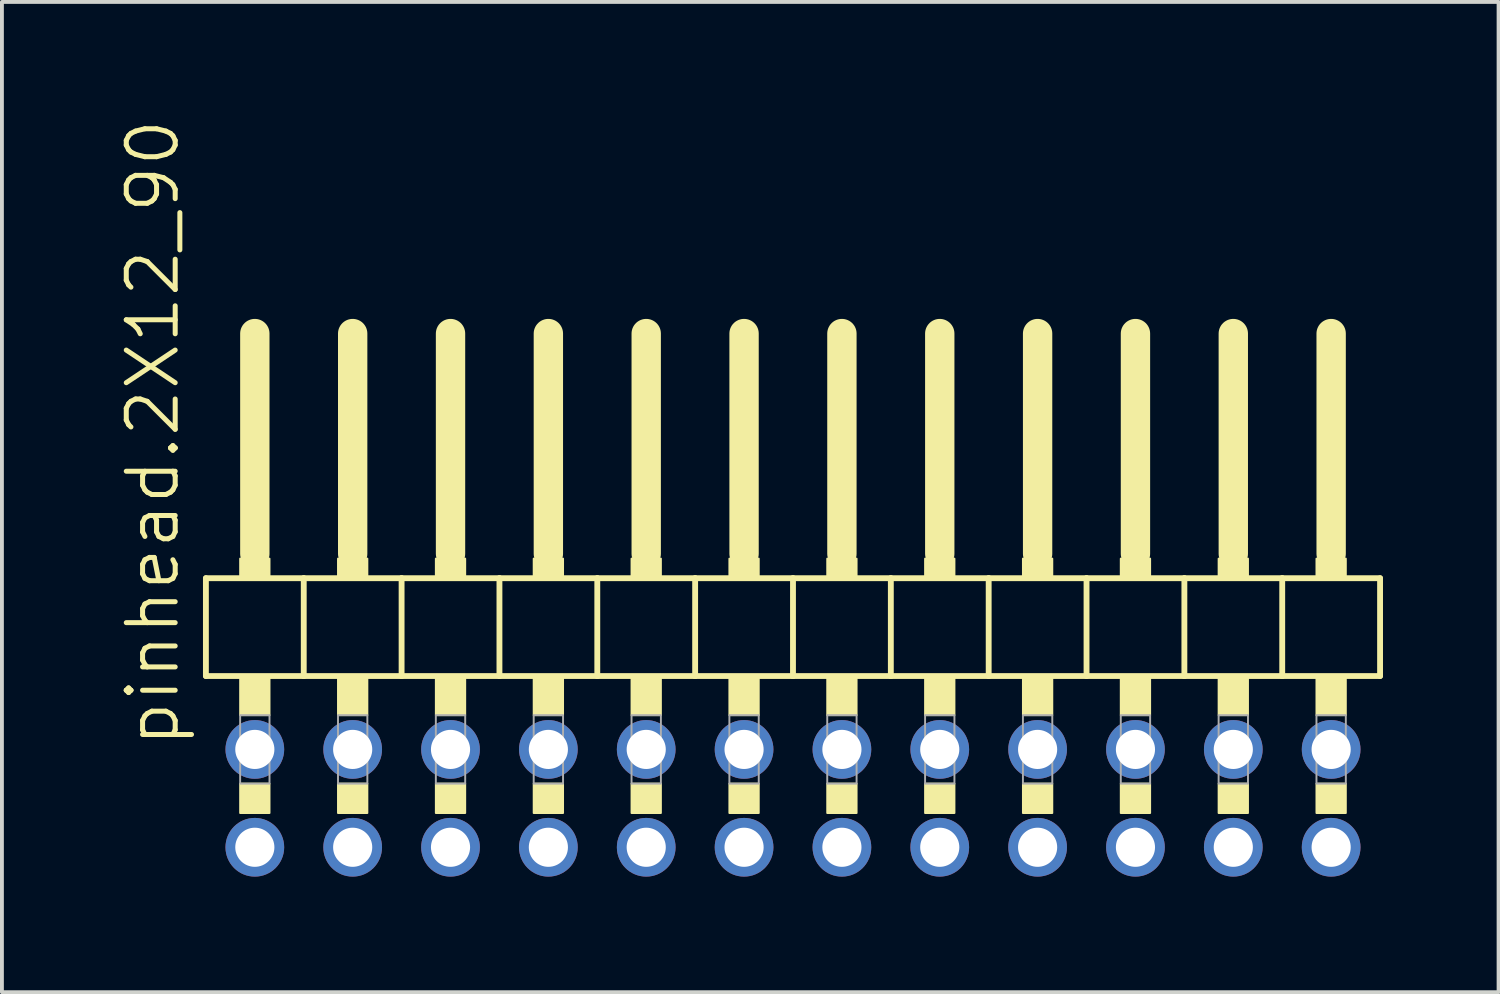
<source format=kicad_pcb>
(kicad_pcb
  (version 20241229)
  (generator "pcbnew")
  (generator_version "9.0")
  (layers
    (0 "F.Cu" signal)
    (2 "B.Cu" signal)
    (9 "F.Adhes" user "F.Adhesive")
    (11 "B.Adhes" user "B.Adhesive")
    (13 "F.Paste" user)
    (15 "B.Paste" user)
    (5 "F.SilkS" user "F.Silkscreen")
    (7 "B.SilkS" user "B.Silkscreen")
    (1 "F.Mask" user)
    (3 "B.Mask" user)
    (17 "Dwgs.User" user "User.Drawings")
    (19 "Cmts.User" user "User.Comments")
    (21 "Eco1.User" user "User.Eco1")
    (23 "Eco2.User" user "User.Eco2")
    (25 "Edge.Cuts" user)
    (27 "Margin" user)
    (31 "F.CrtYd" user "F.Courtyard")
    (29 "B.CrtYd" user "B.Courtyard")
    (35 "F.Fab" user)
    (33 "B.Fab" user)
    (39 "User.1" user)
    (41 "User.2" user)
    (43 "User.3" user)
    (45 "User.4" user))
  (footprint "pinhead.2X12_90"
    (layer "F.Cu")
    (at 17.535 12.594)
    (property "Reference" "pinhead.2X12_90" (at -15.875 3.81 90) (layer "F.SilkS") (effects (font (size 1.27 1.27) (thickness 0.13)) (justify left bottom)))
    (attr through_hole)
    (fp_line (start -15.24 -0.635) (end -15.24 1.905) (stroke (width 0.152) (type default)) (layer "F.SilkS"))
    (fp_line (start -15.24 1.905) (end -12.7 1.905) (stroke (width 0.152) (type default)) (layer "F.SilkS"))
    (fp_line (start -13.97 -6.985) (end -13.97 -1.27) (stroke (width 0.762) (type default)) (layer "F.SilkS"))
    (fp_line (start -12.7 -0.635) (end -15.24 -0.635) (stroke (width 0.152) (type default)) (layer "F.SilkS"))
    (fp_line (start -12.7 1.905) (end -12.7 -0.635) (stroke (width 0.152) (type default)) (layer "F.SilkS"))
    (fp_line (start -12.7 1.905) (end -10.16 1.905) (stroke (width 0.152) (type default)) (layer "F.SilkS"))
    (fp_line (start -11.43 -6.985) (end -11.43 -1.27) (stroke (width 0.762) (type default)) (layer "F.SilkS"))
    (fp_line (start -10.16 -0.635) (end -12.7 -0.635) (stroke (width 0.152) (type default)) (layer "F.SilkS"))
    (fp_line (start -10.16 1.905) (end -10.16 -0.635) (stroke (width 0.152) (type default)) (layer "F.SilkS"))
    (fp_line (start -10.16 1.905) (end -7.62 1.905) (stroke (width 0.152) (type default)) (layer "F.SilkS"))
    (fp_line (start -8.89 -6.985) (end -8.89 -1.27) (stroke (width 0.762) (type default)) (layer "F.SilkS"))
    (fp_line (start -7.62 -0.635) (end -10.16 -0.635) (stroke (width 0.152) (type default)) (layer "F.SilkS"))
    (fp_line (start -7.62 1.905) (end -7.62 -0.635) (stroke (width 0.152) (type default)) (layer "F.SilkS"))
    (fp_line (start -7.62 1.905) (end -5.08 1.905) (stroke (width 0.152) (type default)) (layer "F.SilkS"))
    (fp_line (start -6.35 -6.985) (end -6.35 -1.27) (stroke (width 0.762) (type default)) (layer "F.SilkS"))
    (fp_line (start -5.08 -0.635) (end -7.62 -0.635) (stroke (width 0.152) (type default)) (layer "F.SilkS"))
    (fp_line (start -5.08 1.905) (end -5.08 -0.635) (stroke (width 0.152) (type default)) (layer "F.SilkS"))
    (fp_line (start -5.08 1.905) (end -2.54 1.905) (stroke (width 0.152) (type default)) (layer "F.SilkS"))
    (fp_line (start -3.81 -6.985) (end -3.81 -1.27) (stroke (width 0.762) (type default)) (layer "F.SilkS"))
    (fp_line (start -2.54 -0.635) (end -5.08 -0.635) (stroke (width 0.152) (type default)) (layer "F.SilkS"))
    (fp_line (start -2.54 1.905) (end -2.54 -0.635) (stroke (width 0.152) (type default)) (layer "F.SilkS"))
    (fp_line (start -2.54 1.905) (end 0 1.905) (stroke (width 0.152) (type default)) (layer "F.SilkS"))
    (fp_line (start -1.27 -6.985) (end -1.27 -1.27) (stroke (width 0.762) (type default)) (layer "F.SilkS"))
    (fp_line (start 0 -0.635) (end -2.54 -0.635) (stroke (width 0.152) (type default)) (layer "F.SilkS"))
    (fp_line (start 0 1.905) (end 0 -0.635) (stroke (width 0.152) (type default)) (layer "F.SilkS"))
    (fp_line (start 0 1.905) (end 2.54 1.905) (stroke (width 0.152) (type default)) (layer "F.SilkS"))
    (fp_line (start 1.27 -6.985) (end 1.27 -1.27) (stroke (width 0.762) (type default)) (layer "F.SilkS"))
    (fp_line (start 2.54 -0.635) (end 0 -0.635) (stroke (width 0.152) (type default)) (layer "F.SilkS"))
    (fp_line (start 2.54 1.905) (end 2.54 -0.635) (stroke (width 0.152) (type default)) (layer "F.SilkS"))
    (fp_line (start 2.54 1.905) (end 5.08 1.905) (stroke (width 0.152) (type default)) (layer "F.SilkS"))
    (fp_line (start 3.81 -6.985) (end 3.81 -1.27) (stroke (width 0.762) (type default)) (layer "F.SilkS"))
    (fp_line (start 5.08 -0.635) (end 2.54 -0.635) (stroke (width 0.152) (type default)) (layer "F.SilkS"))
    (fp_line (start 5.08 1.905) (end 5.08 -0.635) (stroke (width 0.152) (type default)) (layer "F.SilkS"))
    (fp_line (start 5.08 1.905) (end 7.62 1.905) (stroke (width 0.152) (type default)) (layer "F.SilkS"))
    (fp_line (start 6.35 -6.985) (end 6.35 -1.27) (stroke (width 0.762) (type default)) (layer "F.SilkS"))
    (fp_line (start 7.62 -0.635) (end 5.08 -0.635) (stroke (width 0.152) (type default)) (layer "F.SilkS"))
    (fp_line (start 7.62 1.905) (end 7.62 -0.635) (stroke (width 0.152) (type default)) (layer "F.SilkS"))
    (fp_line (start 7.62 1.905) (end 10.16 1.905) (stroke (width 0.152) (type default)) (layer "F.SilkS"))
    (fp_line (start 8.89 -6.985) (end 8.89 -1.27) (stroke (width 0.762) (type default)) (layer "F.SilkS"))
    (fp_line (start 10.16 -0.635) (end 7.62 -0.635) (stroke (width 0.152) (type default)) (layer "F.SilkS"))
    (fp_line (start 10.16 1.905) (end 10.16 -0.635) (stroke (width 0.152) (type default)) (layer "F.SilkS"))
    (fp_line (start 10.16 1.905) (end 12.7 1.905) (stroke (width 0.152) (type default)) (layer "F.SilkS"))
    (fp_line (start 11.43 -6.985) (end 11.43 -1.27) (stroke (width 0.762) (type default)) (layer "F.SilkS"))
    (fp_line (start 12.7 -0.635) (end 10.16 -0.635) (stroke (width 0.152) (type default)) (layer "F.SilkS"))
    (fp_line (start 12.7 1.905) (end 12.7 -0.635) (stroke (width 0.152) (type default)) (layer "F.SilkS"))
    (fp_line (start 12.7 1.905) (end 15.24 1.905) (stroke (width 0.152) (type default)) (layer "F.SilkS"))
    (fp_line (start 13.97 -6.985) (end 13.97 -1.27) (stroke (width 0.762) (type default)) (layer "F.SilkS"))
    (fp_line (start 15.24 -0.635) (end 12.7 -0.635) (stroke (width 0.152) (type default)) (layer "F.SilkS"))
    (fp_line (start 15.24 1.905) (end 15.24 -0.635) (stroke (width 0.152) (type default)) (layer "F.SilkS"))
    (fp_rect (start -14.351 -0.635) (end -13.589 -1.143) (stroke (width 0.05) (type default)) (fill yes) (layer "F.SilkS"))
    (fp_rect (start -14.351 2.921) (end -13.589 1.905) (stroke (width 0.05) (type default)) (fill yes) (layer "F.SilkS"))
    (fp_rect (start -14.351 5.461) (end -13.589 4.699) (stroke (width 0.05) (type default)) (fill yes) (layer "F.SilkS"))
    (fp_rect (start -11.811 -0.635) (end -11.049 -1.143) (stroke (width 0.05) (type default)) (fill yes) (layer "F.SilkS"))
    (fp_rect (start -11.811 2.921) (end -11.049 1.905) (stroke (width 0.05) (type default)) (fill yes) (layer "F.SilkS"))
    (fp_rect (start -11.811 5.461) (end -11.049 4.699) (stroke (width 0.05) (type default)) (fill yes) (layer "F.SilkS"))
    (fp_rect (start -9.271 -0.635) (end -8.509 -1.143) (stroke (width 0.05) (type default)) (fill yes) (layer "F.SilkS"))
    (fp_rect (start -9.271 2.921) (end -8.509 1.905) (stroke (width 0.05) (type default)) (fill yes) (layer "F.SilkS"))
    (fp_rect (start -9.271 5.461) (end -8.509 4.699) (stroke (width 0.05) (type default)) (fill yes) (layer "F.SilkS"))
    (fp_rect (start -6.731 -0.635) (end -5.969 -1.143) (stroke (width 0.05) (type default)) (fill yes) (layer "F.SilkS"))
    (fp_rect (start -6.731 2.921) (end -5.969 1.905) (stroke (width 0.05) (type default)) (fill yes) (layer "F.SilkS"))
    (fp_rect (start -6.731 5.461) (end -5.969 4.699) (stroke (width 0.05) (type default)) (fill yes) (layer "F.SilkS"))
    (fp_rect (start -4.191 -0.635) (end -3.429 -1.143) (stroke (width 0.05) (type default)) (fill yes) (layer "F.SilkS"))
    (fp_rect (start -4.191 2.921) (end -3.429 1.905) (stroke (width 0.05) (type default)) (fill yes) (layer "F.SilkS"))
    (fp_rect (start -4.191 5.461) (end -3.429 4.699) (stroke (width 0.05) (type default)) (fill yes) (layer "F.SilkS"))
    (fp_rect (start -1.651 -0.635) (end -0.889 -1.143) (stroke (width 0.05) (type default)) (fill yes) (layer "F.SilkS"))
    (fp_rect (start -1.651 2.921) (end -0.889 1.905) (stroke (width 0.05) (type default)) (fill yes) (layer "F.SilkS"))
    (fp_rect (start -1.651 5.461) (end -0.889 4.699) (stroke (width 0.05) (type default)) (fill yes) (layer "F.SilkS"))
    (fp_rect (start 0.889 -0.635) (end 1.651 -1.143) (stroke (width 0.05) (type default)) (fill yes) (layer "F.SilkS"))
    (fp_rect (start 0.889 2.921) (end 1.651 1.905) (stroke (width 0.05) (type default)) (fill yes) (layer "F.SilkS"))
    (fp_rect (start 0.889 5.461) (end 1.651 4.699) (stroke (width 0.05) (type default)) (fill yes) (layer "F.SilkS"))
    (fp_rect (start 3.429 -0.635) (end 4.191 -1.143) (stroke (width 0.05) (type default)) (fill yes) (layer "F.SilkS"))
    (fp_rect (start 3.429 2.921) (end 4.191 1.905) (stroke (width 0.05) (type default)) (fill yes) (layer "F.SilkS"))
    (fp_rect (start 3.429 5.461) (end 4.191 4.699) (stroke (width 0.05) (type default)) (fill yes) (layer "F.SilkS"))
    (fp_rect (start 5.969 -0.635) (end 6.731 -1.143) (stroke (width 0.05) (type default)) (fill yes) (layer "F.SilkS"))
    (fp_rect (start 5.969 2.921) (end 6.731 1.905) (stroke (width 0.05) (type default)) (fill yes) (layer "F.SilkS"))
    (fp_rect (start 5.969 5.461) (end 6.731 4.699) (stroke (width 0.05) (type default)) (fill yes) (layer "F.SilkS"))
    (fp_rect (start 8.509 -0.635) (end 9.271 -1.143) (stroke (width 0.05) (type default)) (fill yes) (layer "F.SilkS"))
    (fp_rect (start 8.509 2.921) (end 9.271 1.905) (stroke (width 0.05) (type default)) (fill yes) (layer "F.SilkS"))
    (fp_rect (start 8.509 5.461) (end 9.271 4.699) (stroke (width 0.05) (type default)) (fill yes) (layer "F.SilkS"))
    (fp_rect (start 11.049 -0.635) (end 11.811 -1.143) (stroke (width 0.05) (type default)) (fill yes) (layer "F.SilkS"))
    (fp_rect (start 11.049 2.921) (end 11.811 1.905) (stroke (width 0.05) (type default)) (fill yes) (layer "F.SilkS"))
    (fp_rect (start 11.049 5.461) (end 11.811 4.699) (stroke (width 0.05) (type default)) (fill yes) (layer "F.SilkS"))
    (fp_rect (start 13.589 -0.635) (end 14.351 -1.143) (stroke (width 0.05) (type default)) (fill yes) (layer "F.SilkS"))
    (fp_rect (start 13.589 2.921) (end 14.351 1.905) (stroke (width 0.05) (type default)) (fill yes) (layer "F.SilkS"))
    (fp_rect (start 13.589 5.461) (end 14.351 4.699) (stroke (width 0.05) (type default)) (fill yes) (layer "F.SilkS"))
    (fp_rect (start -14.351 4.699) (end -13.589 2.921) (stroke (width 0.05) (type default)) (fill no) (layer "F.Fab"))
    (fp_rect (start -11.811 4.699) (end -11.049 2.921) (stroke (width 0.05) (type default)) (fill no) (layer "F.Fab"))
    (fp_rect (start -9.271 4.699) (end -8.509 2.921) (stroke (width 0.05) (type default)) (fill no) (layer "F.Fab"))
    (fp_rect (start -6.731 4.699) (end -5.969 2.921) (stroke (width 0.05) (type default)) (fill no) (layer "F.Fab"))
    (fp_rect (start -4.191 4.699) (end -3.429 2.921) (stroke (width 0.05) (type default)) (fill no) (layer "F.Fab"))
    (fp_rect (start -1.651 4.699) (end -0.889 2.921) (stroke (width 0.05) (type default)) (fill no) (layer "F.Fab"))
    (fp_rect (start 0.889 4.699) (end 1.651 2.921) (stroke (width 0.05) (type default)) (fill no) (layer "F.Fab"))
    (fp_rect (start 3.429 4.699) (end 4.191 2.921) (stroke (width 0.05) (type default)) (fill no) (layer "F.Fab"))
    (fp_rect (start 5.969 4.699) (end 6.731 2.921) (stroke (width 0.05) (type default)) (fill no) (layer "F.Fab"))
    (fp_rect (start 8.509 4.699) (end 9.271 2.921) (stroke (width 0.05) (type default)) (fill no) (layer "F.Fab"))
    (fp_rect (start 11.049 4.699) (end 11.811 2.921) (stroke (width 0.05) (type default)) (fill no) (layer "F.Fab"))
    (fp_rect (start 13.589 4.699) (end 14.351 2.921) (stroke (width 0.05) (type default)) (fill no) (layer "F.Fab"))
    (pad "1" thru_hole circle (at -13.97 6.35) (size 1.524 1.524) (drill 1.016) (layers "*.Cu" "*.Mask"))
    (pad "2" thru_hole circle (at -13.97 3.81) (size 1.524 1.524) (drill 1.016) (layers "*.Cu" "*.Mask"))
    (pad "3" thru_hole circle (at -11.43 6.35) (size 1.524 1.524) (drill 1.016) (layers "*.Cu" "*.Mask"))
    (pad "4" thru_hole circle (at -11.43 3.81) (size 1.524 1.524) (drill 1.016) (layers "*.Cu" "*.Mask"))
    (pad "5" thru_hole circle (at -8.89 6.35) (size 1.524 1.524) (drill 1.016) (layers "*.Cu" "*.Mask"))
    (pad "6" thru_hole circle (at -8.89 3.81) (size 1.524 1.524) (drill 1.016) (layers "*.Cu" "*.Mask"))
    (pad "7" thru_hole circle (at -6.35 6.35) (size 1.524 1.524) (drill 1.016) (layers "*.Cu" "*.Mask"))
    (pad "8" thru_hole circle (at -6.35 3.81) (size 1.524 1.524) (drill 1.016) (layers "*.Cu" "*.Mask"))
    (pad "9" thru_hole circle (at -3.81 6.35) (size 1.524 1.524) (drill 1.016) (layers "*.Cu" "*.Mask"))
    (pad "10" thru_hole circle (at -3.81 3.81) (size 1.524 1.524) (drill 1.016) (layers "*.Cu" "*.Mask"))
    (pad "11" thru_hole circle (at -1.27 6.35) (size 1.524 1.524) (drill 1.016) (layers "*.Cu" "*.Mask"))
    (pad "12" thru_hole circle (at -1.27 3.81) (size 1.524 1.524) (drill 1.016) (layers "*.Cu" "*.Mask"))
    (pad "13" thru_hole circle (at 1.27 6.35) (size 1.524 1.524) (drill 1.016) (layers "*.Cu" "*.Mask"))
    (pad "14" thru_hole circle (at 1.27 3.81) (size 1.524 1.524) (drill 1.016) (layers "*.Cu" "*.Mask"))
    (pad "15" thru_hole circle (at 3.81 6.35) (size 1.524 1.524) (drill 1.016) (layers "*.Cu" "*.Mask"))
    (pad "16" thru_hole circle (at 3.81 3.81) (size 1.524 1.524) (drill 1.016) (layers "*.Cu" "*.Mask"))
    (pad "17" thru_hole circle (at 6.35 6.35) (size 1.524 1.524) (drill 1.016) (layers "*.Cu" "*.Mask"))
    (pad "18" thru_hole circle (at 6.35 3.81) (size 1.524 1.524) (drill 1.016) (layers "*.Cu" "*.Mask"))
    (pad "19" thru_hole circle (at 8.89 6.35) (size 1.524 1.524) (drill 1.016) (layers "*.Cu" "*.Mask"))
    (pad "20" thru_hole circle (at 8.89 3.81) (size 1.524 1.524) (drill 1.016) (layers "*.Cu" "*.Mask"))
    (pad "21" thru_hole circle (at 11.43 6.35) (size 1.524 1.524) (drill 1.016) (layers "*.Cu" "*.Mask"))
    (pad "22" thru_hole circle (at 11.43 3.81) (size 1.524 1.524) (drill 1.016) (layers "*.Cu" "*.Mask"))
    (pad "23" thru_hole circle (at 13.97 6.35) (size 1.524 1.524) (drill 1.016) (layers "*.Cu" "*.Mask"))
    (pad "24" thru_hole circle (at 13.97 3.81) (size 1.524 1.524) (drill 1.016) (layers "*.Cu" "*.Mask")))
  (gr_rect
    (start -3 -3)
    (end 35.851 22.706)
    (stroke (width 0.1) (type default))
    (fill no)
    (layer "Edge.Cuts")))
</source>
